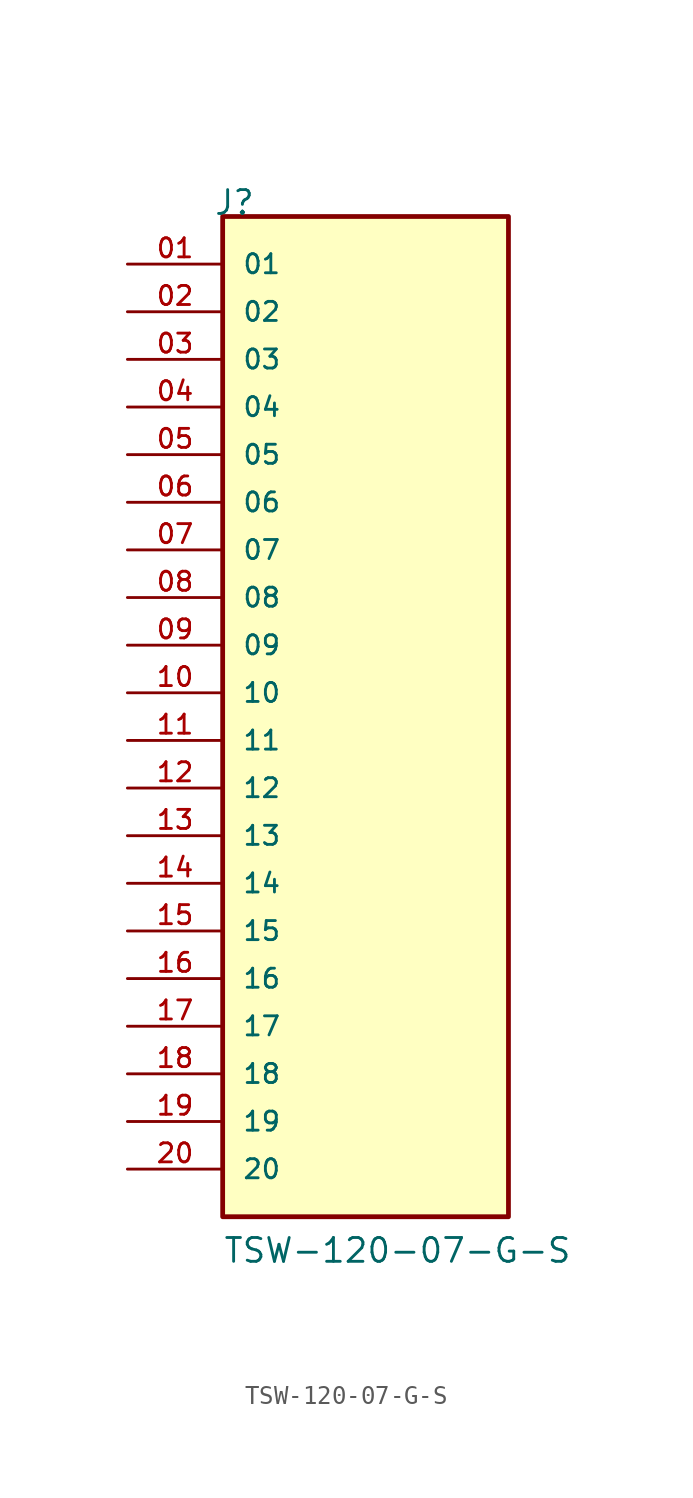
<source format=kicad_sym>
(kicad_symbol_lib
  (version 20211014)
  (generator kicad_symbol_editor)
  (symbol "TSW-120-07-G-S"
    (pin_names
      (offset 1.016))
    (property "Reference" "J"
      (at -8.12 27.94 0)
      (effects (font (size 1.27 1.27)) (justify bottom left)))
    (property "Value" "TSW-120-07-G-S"
      (at -7.62 -27.94 0)
      (effects (font (size 1.27 1.27)) (justify bottom left)))
    (symbol "TSW-120-07-G-S_0_0"
      (rectangle (start -7.62 -25.4) (end 7.62 27.94) (stroke (width 0.254)) (fill (type background)))
      (pin passive line (at -12.7 25.4 0) (length 5.08) (name "01" (effects (font (size 1.016 1.016)))) (number "01" (effects (font (size 1.016 1.016)))))
      (pin passive line (at -12.7 22.86 0) (length 5.08) (name "02" (effects (font (size 1.016 1.016)))) (number "02" (effects (font (size 1.016 1.016)))))
      (pin passive line (at -12.7 20.32 0) (length 5.08) (name "03" (effects (font (size 1.016 1.016)))) (number "03" (effects (font (size 1.016 1.016)))))
      (pin passive line (at -12.7 17.78 0) (length 5.08) (name "04" (effects (font (size 1.016 1.016)))) (number "04" (effects (font (size 1.016 1.016)))))
      (pin passive line (at -12.7 15.24 0) (length 5.08) (name "05" (effects (font (size 1.016 1.016)))) (number "05" (effects (font (size 1.016 1.016)))))
      (pin passive line (at -12.7 12.7 0) (length 5.08) (name "06" (effects (font (size 1.016 1.016)))) (number "06" (effects (font (size 1.016 1.016)))))
      (pin passive line (at -12.7 10.16 0) (length 5.08) (name "07" (effects (font (size 1.016 1.016)))) (number "07" (effects (font (size 1.016 1.016)))))
      (pin passive line (at -12.7 7.62 0) (length 5.08) (name "08" (effects (font (size 1.016 1.016)))) (number "08" (effects (font (size 1.016 1.016)))))
      (pin passive line (at -12.7 5.08 0) (length 5.08) (name "09" (effects (font (size 1.016 1.016)))) (number "09" (effects (font (size 1.016 1.016)))))
      (pin passive line (at -12.7 2.54 0) (length 5.08) (name "10" (effects (font (size 1.016 1.016)))) (number "10" (effects (font (size 1.016 1.016)))))
      (pin passive line (at -12.7 0.0 0) (length 5.08) (name "11" (effects (font (size 1.016 1.016)))) (number "11" (effects (font (size 1.016 1.016)))))
      (pin passive line (at -12.7 -2.54 0) (length 5.08) (name "12" (effects (font (size 1.016 1.016)))) (number "12" (effects (font (size 1.016 1.016)))))
      (pin passive line (at -12.7 -5.08 0) (length 5.08) (name "13" (effects (font (size 1.016 1.016)))) (number "13" (effects (font (size 1.016 1.016)))))
      (pin passive line (at -12.7 -7.62 0) (length 5.08) (name "14" (effects (font (size 1.016 1.016)))) (number "14" (effects (font (size 1.016 1.016)))))
      (pin passive line (at -12.7 -10.16 0) (length 5.08) (name "15" (effects (font (size 1.016 1.016)))) (number "15" (effects (font (size 1.016 1.016)))))
      (pin passive line (at -12.7 -12.7 0) (length 5.08) (name "16" (effects (font (size 1.016 1.016)))) (number "16" (effects (font (size 1.016 1.016)))))
      (pin passive line (at -12.7 -15.24 0) (length 5.08) (name "17" (effects (font (size 1.016 1.016)))) (number "17" (effects (font (size 1.016 1.016)))))
      (pin passive line (at -12.7 -17.78 0) (length 5.08) (name "18" (effects (font (size 1.016 1.016)))) (number "18" (effects (font (size 1.016 1.016)))))
      (pin passive line (at -12.7 -20.32 0) (length 5.08) (name "19" (effects (font (size 1.016 1.016)))) (number "19" (effects (font (size 1.016 1.016)))))
      (pin passive line (at -12.7 -22.86 0) (length 5.08) (name "20" (effects (font (size 1.016 1.016)))) (number "20" (effects (font (size 1.016 1.016))))))))
</source>
